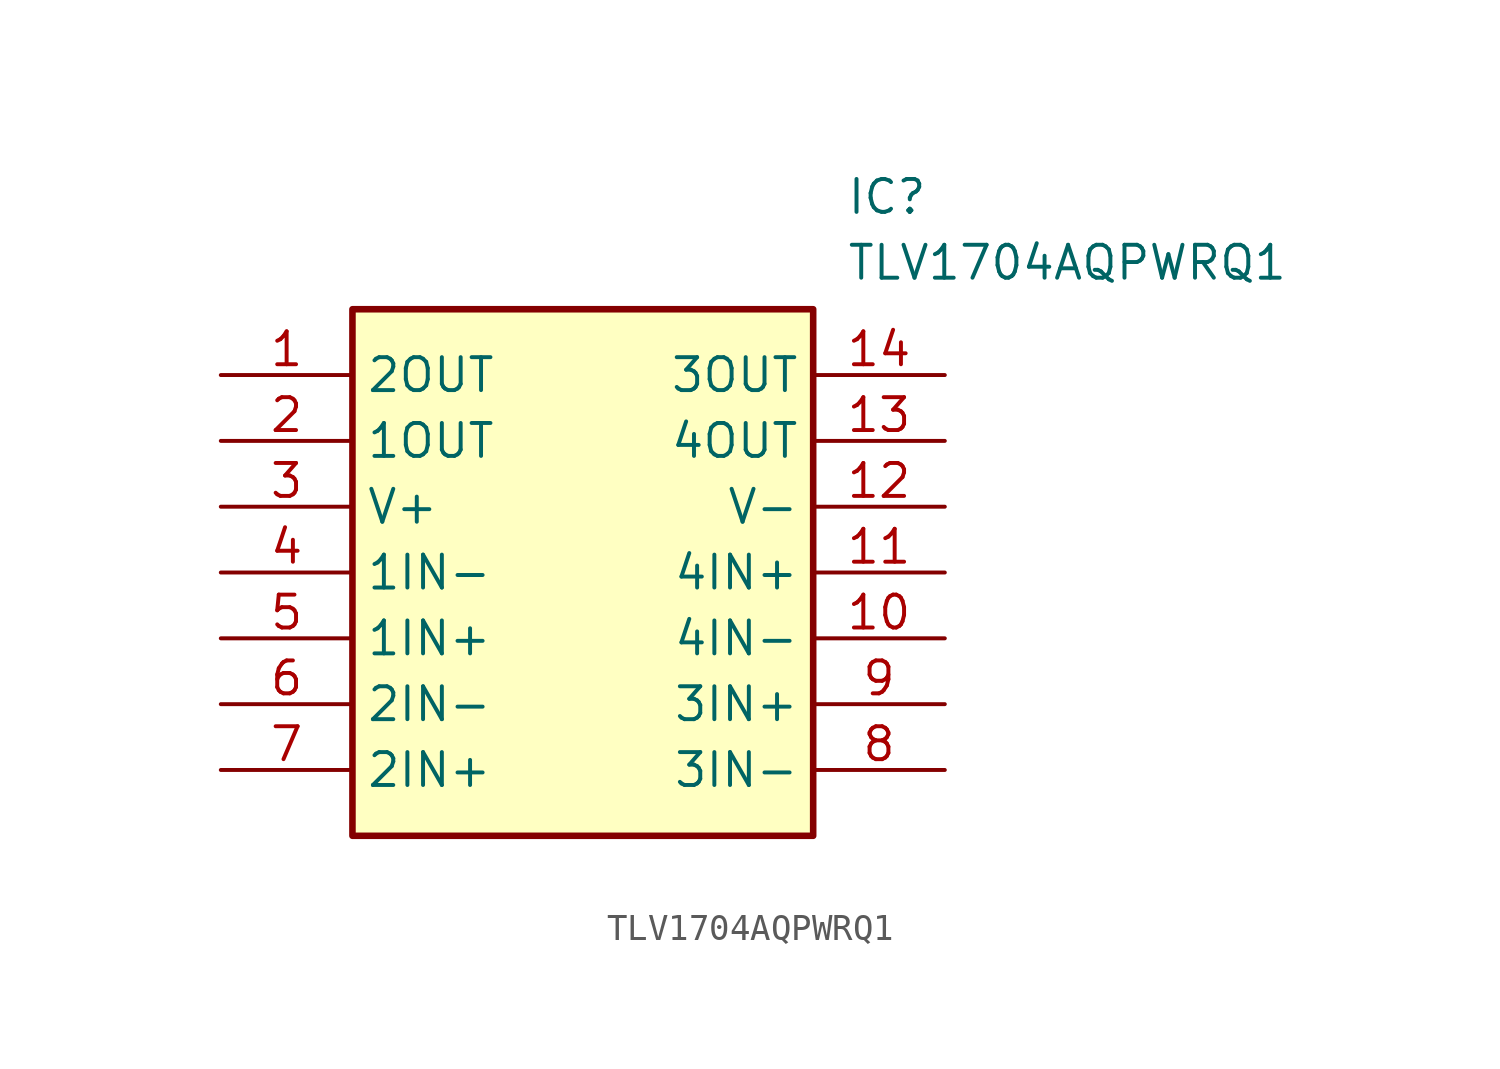
<source format=kicad_sym>
(kicad_symbol_lib
  (version 20211014)
  (generator SamacSys_ECAD_Model)
  (symbol "TLV1704AQPWRQ1"
    (property "Reference" "IC"
      (at 24.13 7.62 0)
      (effects (font (size 1.27 1.27)) (justify left top)))
    (property "Value" "TLV1704AQPWRQ1"
      (at 24.13 5.08 0)
      (effects (font (size 1.27 1.27)) (justify left top)))
    (rectangle
      (start 5.08 2.54)
      (end 22.86 -17.78)
      (stroke (width 0.254) (type default))
      (fill (type background)))
    (pin output line
      (at 0 0 0)
      (length 5.08)
      (name "2OUT" (effects (font (size 1.27 1.27))))
      (number "1" (effects (font (size 1.27 1.27)))))
    (pin output line
      (at 0 -2.54 0)
      (length 5.08)
      (name "1OUT" (effects (font (size 1.27 1.27))))
      (number "2" (effects (font (size 1.27 1.27)))))
    (pin passive line
      (at 0 -5.08 0)
      (length 5.08)
      (name "V+" (effects (font (size 1.27 1.27))))
      (number "3" (effects (font (size 1.27 1.27)))))
    (pin input line
      (at 0 -7.62 0)
      (length 5.08)
      (name "1IN-" (effects (font (size 1.27 1.27))))
      (number "4" (effects (font (size 1.27 1.27)))))
    (pin input line
      (at 0 -10.16 0)
      (length 5.08)
      (name "1IN+" (effects (font (size 1.27 1.27))))
      (number "5" (effects (font (size 1.27 1.27)))))
    (pin input line
      (at 0 -12.7 0)
      (length 5.08)
      (name "2IN-" (effects (font (size 1.27 1.27))))
      (number "6" (effects (font (size 1.27 1.27)))))
    (pin input line
      (at 0 -15.24 0)
      (length 5.08)
      (name "2IN+" (effects (font (size 1.27 1.27))))
      (number "7" (effects (font (size 1.27 1.27)))))
    (pin output line
      (at 27.94 0 180)
      (length 5.08)
      (name "3OUT" (effects (font (size 1.27 1.27))))
      (number "14" (effects (font (size 1.27 1.27)))))
    (pin output line
      (at 27.94 -2.54 180)
      (length 5.08)
      (name "4OUT" (effects (font (size 1.27 1.27))))
      (number "13" (effects (font (size 1.27 1.27)))))
    (pin passive line
      (at 27.94 -5.08 180)
      (length 5.08)
      (name "V-" (effects (font (size 1.27 1.27))))
      (number "12" (effects (font (size 1.27 1.27)))))
    (pin input line
      (at 27.94 -7.62 180)
      (length 5.08)
      (name "4IN+" (effects (font (size 1.27 1.27))))
      (number "11" (effects (font (size 1.27 1.27)))))
    (pin input line
      (at 27.94 -10.16 180)
      (length 5.08)
      (name "4IN-" (effects (font (size 1.27 1.27))))
      (number "10" (effects (font (size 1.27 1.27)))))
    (pin input line
      (at 27.94 -12.7 180)
      (length 5.08)
      (name "3IN+" (effects (font (size 1.27 1.27))))
      (number "9" (effects (font (size 1.27 1.27)))))
    (pin input line
      (at 27.94 -15.24 180)
      (length 5.08)
      (name "3IN-" (effects (font (size 1.27 1.27))))
      (number "8" (effects (font (size 1.27 1.27)))))))
</source>
